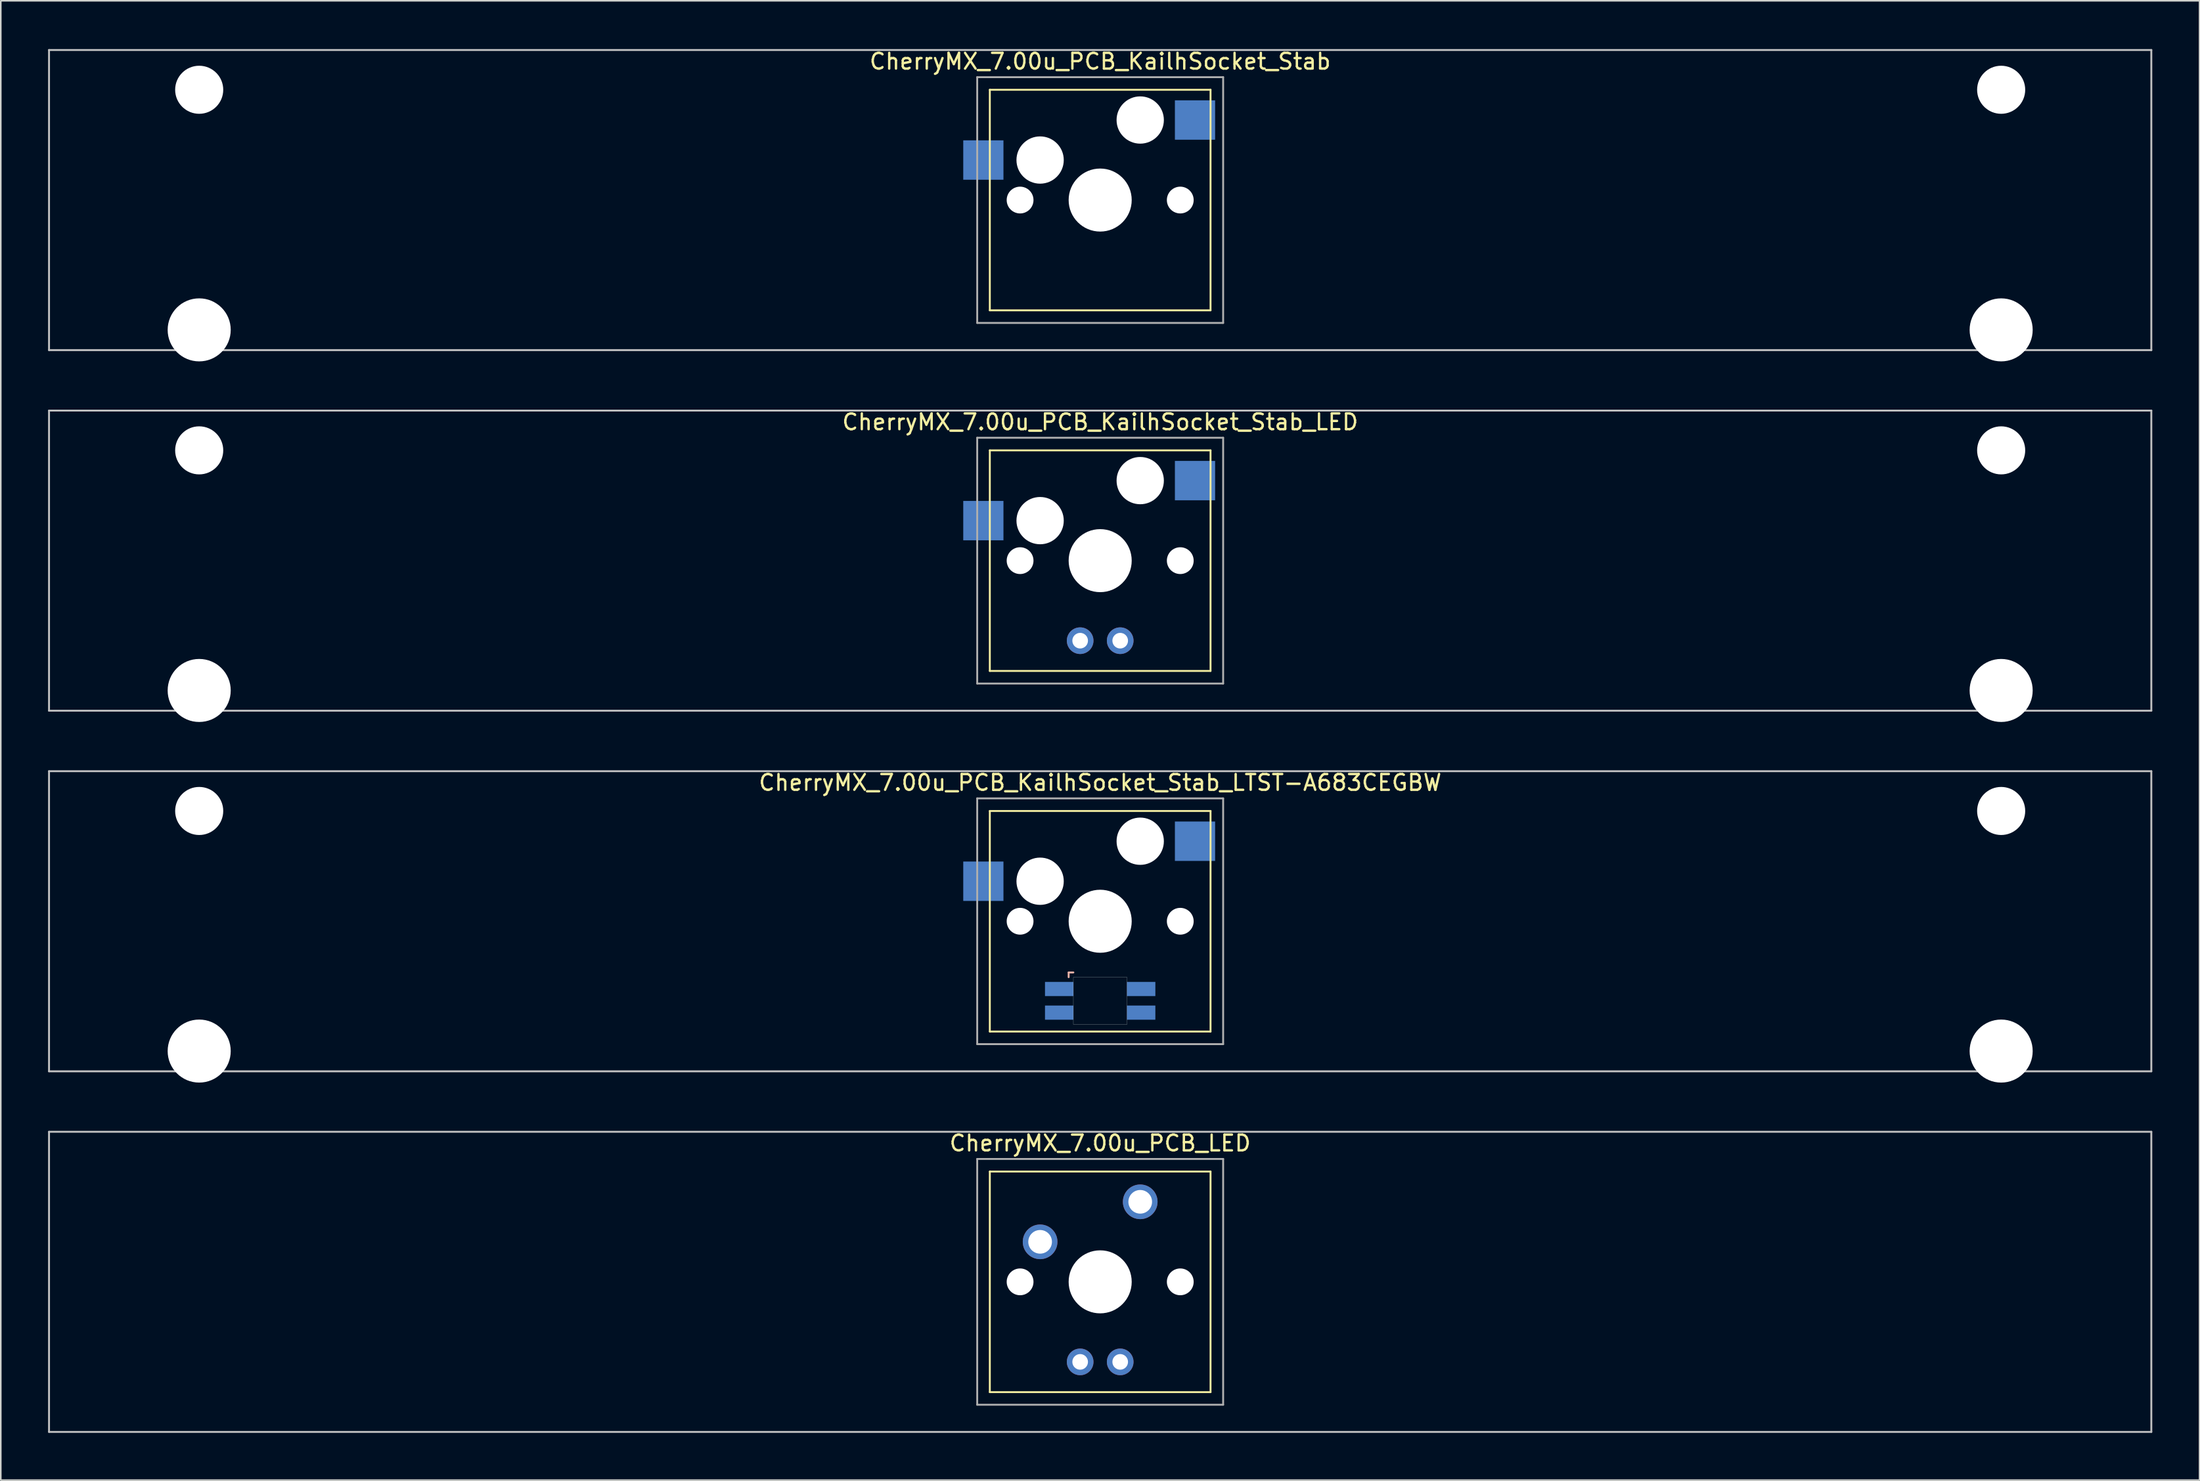
<source format=kicad_pcb>
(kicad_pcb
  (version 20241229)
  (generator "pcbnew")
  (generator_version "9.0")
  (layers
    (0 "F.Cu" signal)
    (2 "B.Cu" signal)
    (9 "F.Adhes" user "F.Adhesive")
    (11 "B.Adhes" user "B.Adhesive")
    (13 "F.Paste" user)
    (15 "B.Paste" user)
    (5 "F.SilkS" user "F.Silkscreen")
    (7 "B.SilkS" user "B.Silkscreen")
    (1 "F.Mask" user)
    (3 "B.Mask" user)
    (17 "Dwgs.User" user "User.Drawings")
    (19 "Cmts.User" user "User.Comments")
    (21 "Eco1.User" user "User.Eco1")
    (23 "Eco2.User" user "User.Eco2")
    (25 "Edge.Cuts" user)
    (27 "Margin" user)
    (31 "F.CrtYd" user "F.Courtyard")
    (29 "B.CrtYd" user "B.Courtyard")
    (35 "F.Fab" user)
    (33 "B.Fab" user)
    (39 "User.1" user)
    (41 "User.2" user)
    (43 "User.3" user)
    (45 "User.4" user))
  (footprint "CherryMX_7.00u_PCB_KailhSocket_Stab_LTST-A683CEGBW"
    (layer "F.Cu")
    (at 66.735 55.425)
    (property "Reference" "CherryMX_7.00u_PCB_KailhSocket_Stab_LTST-A683CEGBW" (at 0 -8.8 0) (layer "F.SilkS") (effects (font (size 1 1) (thickness 0.15))))
    (attr through_hole)
    (fp_line (start -7 -7) (end -7 7) (stroke (width 0.12) (type solid)) (layer "F.SilkS"))
    (fp_line (start -7 -7) (end 7 -7) (stroke (width 0.12) (type solid)) (layer "F.SilkS"))
    (fp_line (start 7 -7) (end 7 7) (stroke (width 0.12) (type solid)) (layer "F.SilkS"))
    (fp_line (start 7 7) (end -7 7) (stroke (width 0.12) (type solid)) (layer "F.SilkS"))
    (fp_line (start -2 3.25) (end -2 3.55) (stroke (width 0.12) (type solid)) (layer "B.SilkS"))
    (fp_line (start -1.7 3.25) (end -2 3.25) (stroke (width 0.12) (type solid)) (layer "B.SilkS"))
    (fp_line (start -66.675 -9.525) (end 66.675 -9.525) (stroke (width 0.12) (type solid)) (layer "Dwgs.User"))
    (fp_line (start -66.675 9.525) (end -66.675 -9.525) (stroke (width 0.12) (type solid)) (layer "Dwgs.User"))
    (fp_line (start 66.675 -9.525) (end 66.675 9.525) (stroke (width 0.12) (type solid)) (layer "Dwgs.User"))
    (fp_line (start 66.675 9.525) (end -66.675 9.525) (stroke (width 0.12) (type solid)) (layer "Dwgs.User"))
    (fp_poly (pts (xy 1.7 6.55) (xy -1.7 6.55) (xy -1.7 3.55) (xy 1.7 3.55)) (stroke (width 0.01) (type solid)) (fill no) (layer "Edge.Cuts"))
    (fp_line (start -7.8 -7.8) (end -7.8 7.8) (stroke (width 0.12) (type solid)) (layer "F.Fab"))
    (fp_line (start -7.8 -7.8) (end 7.8 -7.8) (stroke (width 0.12) (type solid)) (layer "F.Fab"))
    (fp_line (start -7.8 7.8) (end 7.8 7.8) (stroke (width 0.12) (type solid)) (layer "F.Fab"))
    (fp_line (start 7.8 -7.8) (end 7.8 7.8) (stroke (width 0.12) (type solid)) (layer "F.Fab"))
    (pad "" np_thru_hole circle (at -57.15 -7) (size 3.05 3.05) (drill 3.05) (layers "*.Cu" "*.Mask"))
    (pad "" np_thru_hole circle (at -57.15 8.24) (size 4 4) (drill 4) (layers "*.Cu" "*.Mask"))
    (pad "" np_thru_hole circle (at -5.08 0) (size 1.7 1.7) (drill 1.7) (layers "*.Cu" "*.Mask"))
    (pad "" np_thru_hole circle (at -3.81 -2.54) (size 3 3) (drill 3) (layers "*.Cu" "*.Mask"))
    (pad "" np_thru_hole circle (at 0 0) (size 4 4) (drill 4) (layers "*.Cu" "*.Mask"))
    (pad "" np_thru_hole circle (at 2.54 -5.08) (size 3 3) (drill 3) (layers "*.Cu" "*.Mask"))
    (pad "" np_thru_hole circle (at 5.08 0) (size 1.7 1.7) (drill 1.7) (layers "*.Cu" "*.Mask"))
    (pad "" np_thru_hole circle (at 57.15 -7) (size 3.05 3.05) (drill 3.05) (layers "*.Cu" "*.Mask"))
    (pad "" np_thru_hole circle (at 57.15 8.24) (size 4 4) (drill 4) (layers "*.Cu" "*.Mask"))
    (pad "1" smd rect (at -7.41 -2.54) (size 2.55 2.5) (layers "B.Cu" "B.Mask" "B.Paste"))
    (pad "2" smd rect (at 6.015 -5.08) (size 2.55 2.5) (layers "B.Cu" "B.Mask" "B.Paste"))
    (pad "3" smd rect (at -2.6 4.3) (size 1.8 0.9) (layers "B.Cu" "B.Mask" "B.Paste"))
    (pad "4" smd rect (at -2.6 5.8) (size 1.8 0.9) (layers "B.Cu" "B.Mask" "B.Paste"))
    (pad "5" smd rect (at 2.6 4.3) (size 1.8 0.9) (layers "B.Cu" "B.Mask" "B.Paste"))
    (pad "6" smd rect (at 2.6 5.8) (size 1.8 0.9) (layers "B.Cu" "B.Mask" "B.Paste")))
  (footprint "CherryMX_7.00u_PCB_KailhSocket_Stab_LED"
    (layer "F.Cu")
    (at 66.735 32.536)
    (property "Reference" "CherryMX_7.00u_PCB_KailhSocket_Stab_LED" (at 0 -8.8 0) (layer "F.SilkS") (effects (font (size 1 1) (thickness 0.15))))
    (attr through_hole)
    (fp_line (start -7 -7) (end -7 7) (stroke (width 0.12) (type solid)) (layer "F.SilkS"))
    (fp_line (start -7 -7) (end 7 -7) (stroke (width 0.12) (type solid)) (layer "F.SilkS"))
    (fp_line (start 7 -7) (end 7 7) (stroke (width 0.12) (type solid)) (layer "F.SilkS"))
    (fp_line (start 7 7) (end -7 7) (stroke (width 0.12) (type solid)) (layer "F.SilkS"))
    (fp_line (start -66.675 -9.525) (end 66.675 -9.525) (stroke (width 0.12) (type solid)) (layer "Dwgs.User"))
    (fp_line (start -66.675 9.525) (end -66.675 -9.525) (stroke (width 0.12) (type solid)) (layer "Dwgs.User"))
    (fp_line (start 66.675 -9.525) (end 66.675 9.525) (stroke (width 0.12) (type solid)) (layer "Dwgs.User"))
    (fp_line (start 66.675 9.525) (end -66.675 9.525) (stroke (width 0.12) (type solid)) (layer "Dwgs.User"))
    (fp_line (start -7.8 -7.8) (end -7.8 7.8) (stroke (width 0.12) (type solid)) (layer "F.Fab"))
    (fp_line (start -7.8 -7.8) (end 7.8 -7.8) (stroke (width 0.12) (type solid)) (layer "F.Fab"))
    (fp_line (start -7.8 7.8) (end 7.8 7.8) (stroke (width 0.12) (type solid)) (layer "F.Fab"))
    (fp_line (start 7.8 -7.8) (end 7.8 7.8) (stroke (width 0.12) (type solid)) (layer "F.Fab"))
    (pad "" np_thru_hole circle (at -57.15 -7) (size 3.05 3.05) (drill 3.05) (layers "*.Cu" "*.Mask"))
    (pad "" np_thru_hole circle (at -57.15 8.24) (size 4 4) (drill 4) (layers "*.Cu" "*.Mask"))
    (pad "" np_thru_hole circle (at -5.08 0) (size 1.7 1.7) (drill 1.7) (layers "*.Cu" "*.Mask"))
    (pad "" np_thru_hole circle (at -3.81 -2.54) (size 3 3) (drill 3) (layers "*.Cu" "*.Mask"))
    (pad "" np_thru_hole circle (at 0 0) (size 4 4) (drill 4) (layers "*.Cu" "*.Mask"))
    (pad "" np_thru_hole circle (at 2.54 -5.08) (size 3 3) (drill 3) (layers "*.Cu" "*.Mask"))
    (pad "" np_thru_hole circle (at 5.08 0) (size 1.7 1.7) (drill 1.7) (layers "*.Cu" "*.Mask"))
    (pad "" np_thru_hole circle (at 57.15 -7) (size 3.05 3.05) (drill 3.05) (layers "*.Cu" "*.Mask"))
    (pad "" np_thru_hole circle (at 57.15 8.24) (size 4 4) (drill 4) (layers "*.Cu" "*.Mask"))
    (pad "1" smd rect (at -7.41 -2.54) (size 2.55 2.5) (layers "B.Cu" "B.Mask" "B.Paste"))
    (pad "2" smd rect (at 6.015 -5.08) (size 2.55 2.5) (layers "B.Cu" "B.Mask" "B.Paste"))
    (pad "3" thru_hole circle (at -1.27 5.08) (size 1.691 1.691) (drill 0.991) (layers "*.Cu" "*.Mask"))
    (pad "4" thru_hole circle (at 1.27 5.08) (size 1.691 1.691) (drill 0.991) (layers "*.Cu" "*.Mask")))
  (footprint "CherryMX_7.00u_PCB_LED"
    (layer "F.Cu")
    (at 66.735 78.313)
    (property "Reference" "CherryMX_7.00u_PCB_LED" (at 0 -8.8 0) (layer "F.SilkS") (effects (font (size 1 1) (thickness 0.15))))
    (attr through_hole)
    (fp_line (start -7 -7) (end -7 7) (stroke (width 0.12) (type solid)) (layer "F.SilkS"))
    (fp_line (start -7 -7) (end 7 -7) (stroke (width 0.12) (type solid)) (layer "F.SilkS"))
    (fp_line (start 7 -7) (end 7 7) (stroke (width 0.12) (type solid)) (layer "F.SilkS"))
    (fp_line (start 7 7) (end -7 7) (stroke (width 0.12) (type solid)) (layer "F.SilkS"))
    (fp_line (start -66.675 -9.525) (end 66.675 -9.525) (stroke (width 0.12) (type solid)) (layer "Dwgs.User"))
    (fp_line (start -66.675 9.525) (end -66.675 -9.525) (stroke (width 0.12) (type solid)) (layer "Dwgs.User"))
    (fp_line (start 66.675 -9.525) (end 66.675 9.525) (stroke (width 0.12) (type solid)) (layer "Dwgs.User"))
    (fp_line (start 66.675 9.525) (end -66.675 9.525) (stroke (width 0.12) (type solid)) (layer "Dwgs.User"))
    (fp_line (start -7.8 -7.8) (end -7.8 7.8) (stroke (width 0.12) (type solid)) (layer "F.Fab"))
    (fp_line (start -7.8 -7.8) (end 7.8 -7.8) (stroke (width 0.12) (type solid)) (layer "F.Fab"))
    (fp_line (start -7.8 7.8) (end 7.8 7.8) (stroke (width 0.12) (type solid)) (layer "F.Fab"))
    (fp_line (start 7.8 -7.8) (end 7.8 7.8) (stroke (width 0.12) (type solid)) (layer "F.Fab"))
    (pad "" np_thru_hole circle (at -5.08 0) (size 1.7 1.7) (drill 1.7) (layers "*.Cu" "*.Mask"))
    (pad "" np_thru_hole circle (at 0 0) (size 4 4) (drill 4) (layers "*.Cu" "*.Mask"))
    (pad "" np_thru_hole circle (at 5.08 0) (size 1.7 1.7) (drill 1.7) (layers "*.Cu" "*.Mask"))
    (pad "1" thru_hole circle (at -3.81 -2.54) (size 2.2 2.2) (drill 1.5) (layers "*.Cu" "*.Mask"))
    (pad "2" thru_hole circle (at 2.54 -5.08) (size 2.2 2.2) (drill 1.5) (layers "*.Cu" "*.Mask"))
    (pad "3" thru_hole circle (at -1.27 5.08) (size 1.691 1.691) (drill 0.991) (layers "*.Cu" "*.Mask"))
    (pad "4" thru_hole circle (at 1.27 5.08) (size 1.691 1.691) (drill 0.991) (layers "*.Cu" "*.Mask")))
  (footprint "CherryMX_7.00u_PCB_KailhSocket_Stab"
    (layer "F.Cu")
    (at 66.735 9.648)
    (property "Reference" "CherryMX_7.00u_PCB_KailhSocket_Stab" (at 0 -8.8 0) (layer "F.SilkS") (effects (font (size 1 1) (thickness 0.15))))
    (attr through_hole)
    (fp_line (start -7 -7) (end -7 7) (stroke (width 0.12) (type solid)) (layer "F.SilkS"))
    (fp_line (start -7 -7) (end 7 -7) (stroke (width 0.12) (type solid)) (layer "F.SilkS"))
    (fp_line (start 7 -7) (end 7 7) (stroke (width 0.12) (type solid)) (layer "F.SilkS"))
    (fp_line (start 7 7) (end -7 7) (stroke (width 0.12) (type solid)) (layer "F.SilkS"))
    (fp_line (start -66.675 -9.525) (end 66.675 -9.525) (stroke (width 0.12) (type solid)) (layer "Dwgs.User"))
    (fp_line (start -66.675 9.525) (end -66.675 -9.525) (stroke (width 0.12) (type solid)) (layer "Dwgs.User"))
    (fp_line (start 66.675 -9.525) (end 66.675 9.525) (stroke (width 0.12) (type solid)) (layer "Dwgs.User"))
    (fp_line (start 66.675 9.525) (end -66.675 9.525) (stroke (width 0.12) (type solid)) (layer "Dwgs.User"))
    (fp_line (start -7.8 -7.8) (end -7.8 7.8) (stroke (width 0.12) (type solid)) (layer "F.Fab"))
    (fp_line (start -7.8 -7.8) (end 7.8 -7.8) (stroke (width 0.12) (type solid)) (layer "F.Fab"))
    (fp_line (start -7.8 7.8) (end 7.8 7.8) (stroke (width 0.12) (type solid)) (layer "F.Fab"))
    (fp_line (start 7.8 -7.8) (end 7.8 7.8) (stroke (width 0.12) (type solid)) (layer "F.Fab"))
    (pad "" np_thru_hole circle (at -57.15 -7) (size 3.05 3.05) (drill 3.05) (layers "*.Cu" "*.Mask"))
    (pad "" np_thru_hole circle (at -57.15 8.24) (size 4 4) (drill 4) (layers "*.Cu" "*.Mask"))
    (pad "" np_thru_hole circle (at -5.08 0) (size 1.7 1.7) (drill 1.7) (layers "*.Cu" "*.Mask"))
    (pad "" np_thru_hole circle (at -3.81 -2.54) (size 3 3) (drill 3) (layers "*.Cu" "*.Mask"))
    (pad "" np_thru_hole circle (at 0 0) (size 4 4) (drill 4) (layers "*.Cu" "*.Mask"))
    (pad "" np_thru_hole circle (at 2.54 -5.08) (size 3 3) (drill 3) (layers "*.Cu" "*.Mask"))
    (pad "" np_thru_hole circle (at 5.08 0) (size 1.7 1.7) (drill 1.7) (layers "*.Cu" "*.Mask"))
    (pad "" np_thru_hole circle (at 57.15 -7) (size 3.05 3.05) (drill 3.05) (layers "*.Cu" "*.Mask"))
    (pad "" np_thru_hole circle (at 57.15 8.24) (size 4 4) (drill 4) (layers "*.Cu" "*.Mask"))
    (pad "1" smd rect (at -7.41 -2.54) (size 2.55 2.5) (layers "B.Cu" "B.Mask" "B.Paste"))
    (pad "2" smd rect (at 6.015 -5.08) (size 2.55 2.5) (layers "B.Cu" "B.Mask" "B.Paste")))
  (gr_rect
    (start -3 -3)
    (end 136.47 90.898)
    (stroke (width 0.1) (type default))
    (fill no)
    (layer "Edge.Cuts")))
</source>
